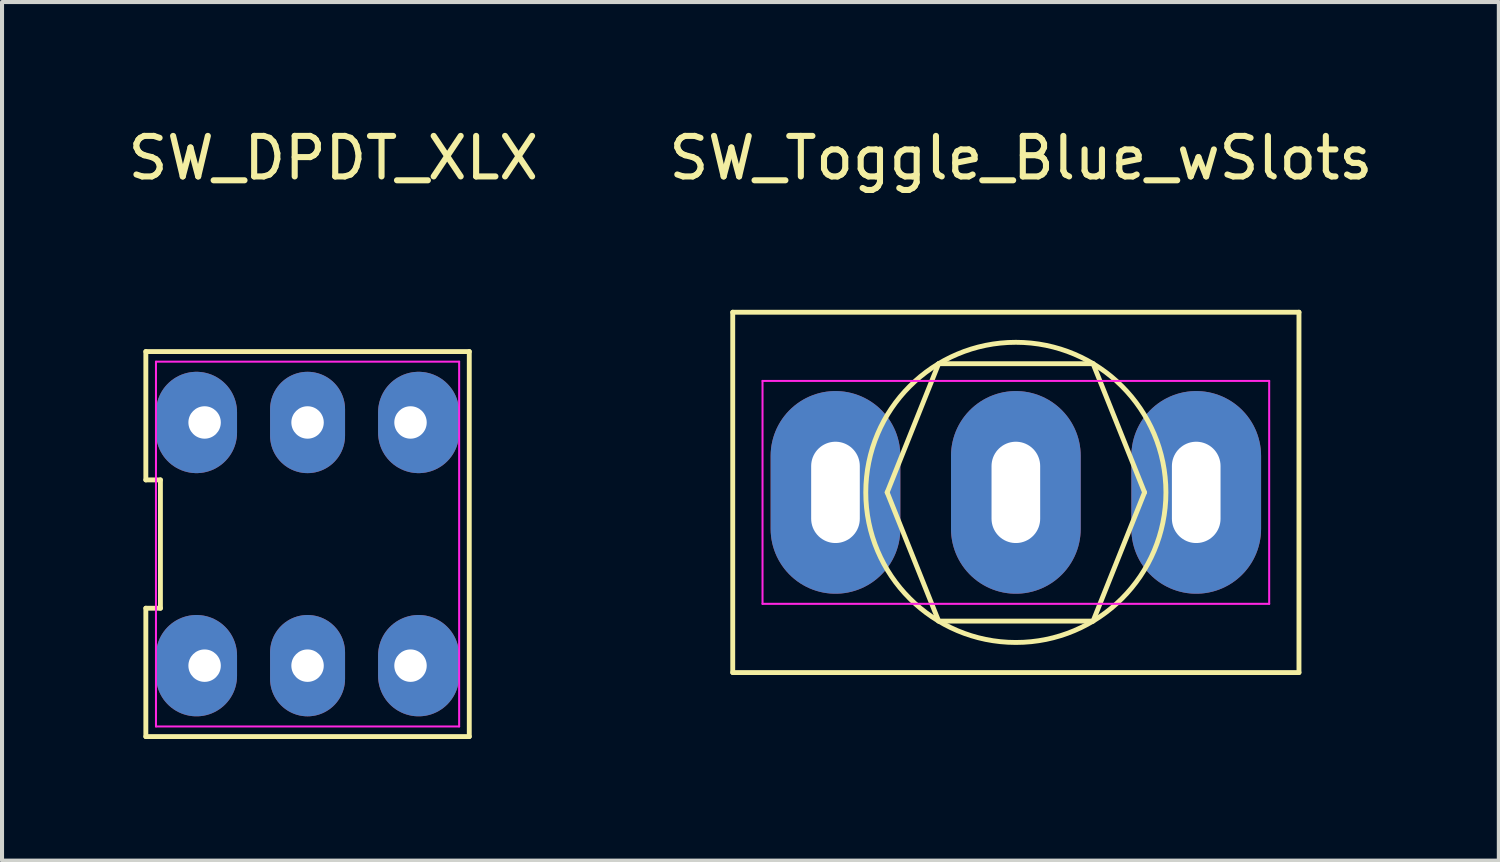
<source format=kicad_pcb>
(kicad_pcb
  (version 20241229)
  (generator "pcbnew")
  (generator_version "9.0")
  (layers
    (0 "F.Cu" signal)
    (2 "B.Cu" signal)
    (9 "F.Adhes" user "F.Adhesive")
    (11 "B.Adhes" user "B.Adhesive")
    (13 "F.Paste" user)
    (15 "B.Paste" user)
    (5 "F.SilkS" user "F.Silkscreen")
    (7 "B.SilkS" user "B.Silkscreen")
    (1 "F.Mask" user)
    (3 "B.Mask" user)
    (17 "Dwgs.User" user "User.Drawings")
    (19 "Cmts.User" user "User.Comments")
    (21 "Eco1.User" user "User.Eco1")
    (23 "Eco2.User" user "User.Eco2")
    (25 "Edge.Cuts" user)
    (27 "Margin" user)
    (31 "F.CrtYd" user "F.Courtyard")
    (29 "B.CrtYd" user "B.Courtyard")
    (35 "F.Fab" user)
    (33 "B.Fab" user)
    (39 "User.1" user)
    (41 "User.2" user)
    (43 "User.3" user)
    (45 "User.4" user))
  (footprint "SW_Toggle_Blue_wSlots"
    (layer "F.Cu")
    (at 22.013 9.098)
    (property "Reference" "SW_Toggle_Blue_wSlots" (at 0.124 -8.25 0) (layer "F.SilkS") (effects (font (size 1 1) (thickness 0.15))))
    (attr through_hole)
    (fp_line (start -6.985 -4.445) (end 6.985 -4.445) (stroke (width 0.12) (type solid)) (layer "F.SilkS"))
    (fp_line (start -6.985 4.445) (end -6.985 -4.445) (stroke (width 0.12) (type solid)) (layer "F.SilkS"))
    (fp_line (start -3.175 0) (end -1.905 -3.175) (stroke (width 0.12) (type solid)) (layer "F.SilkS"))
    (fp_line (start -1.905 -3.175) (end 1.905 -3.175) (stroke (width 0.12) (type solid)) (layer "F.SilkS"))
    (fp_line (start -1.905 3.175) (end -3.175 0) (stroke (width 0.12) (type solid)) (layer "F.SilkS"))
    (fp_line (start 1.905 -3.175) (end 3.175 0) (stroke (width 0.12) (type solid)) (layer "F.SilkS"))
    (fp_line (start 1.905 3.175) (end -1.905 3.175) (stroke (width 0.12) (type solid)) (layer "F.SilkS"))
    (fp_line (start 3.175 0) (end 1.905 3.175) (stroke (width 0.12) (type solid)) (layer "F.SilkS"))
    (fp_line (start 6.985 -4.445) (end 6.985 4.445) (stroke (width 0.12) (type solid)) (layer "F.SilkS"))
    (fp_line (start 6.985 4.445) (end -6.985 4.445) (stroke (width 0.12) (type solid)) (layer "F.SilkS"))
    (fp_circle (center 0 0) (end 1.905 3.175) (stroke (width 0.12) (type solid)) (fill no) (layer "F.SilkS"))
    (fp_line (start -4.902 -1.422) (end -4.013 -1.422) (stroke (width 0.12) (type solid)) (layer "Eco2.User"))
    (fp_line (start -4.902 1.372) (end -4.902 -1.422) (stroke (width 0.12) (type solid)) (layer "Eco2.User"))
    (fp_line (start -4.013 -1.422) (end -4.013 1.372) (stroke (width 0.12) (type solid)) (layer "Eco2.User"))
    (fp_line (start -4.013 1.372) (end -4.902 1.372) (stroke (width 0.12) (type solid)) (layer "Eco2.User"))
    (fp_line (start -0.457 -1.422) (end 0.432 -1.422) (stroke (width 0.12) (type solid)) (layer "Eco2.User"))
    (fp_line (start -0.457 1.372) (end -0.457 -1.422) (stroke (width 0.12) (type solid)) (layer "Eco2.User"))
    (fp_line (start 0.432 -1.422) (end 0.432 1.372) (stroke (width 0.12) (type solid)) (layer "Eco2.User"))
    (fp_line (start 0.432 1.372) (end -0.457 1.372) (stroke (width 0.12) (type solid)) (layer "Eco2.User"))
    (fp_line (start 4.013 -1.422) (end 4.877 -1.422) (stroke (width 0.12) (type solid)) (layer "Eco2.User"))
    (fp_line (start 4.013 1.372) (end 4.013 -1.422) (stroke (width 0.12) (type solid)) (layer "Eco2.User"))
    (fp_line (start 4.877 -1.422) (end 4.902 1.372) (stroke (width 0.12) (type solid)) (layer "Eco2.User"))
    (fp_line (start 4.902 1.372) (end 4.013 1.372) (stroke (width 0.12) (type solid)) (layer "Eco2.User"))
    (fp_line (start -6.25 -2.75) (end 6.25 -2.75) (stroke (width 0.05) (type solid)) (layer "F.CrtYd"))
    (fp_line (start -6.25 2.75) (end -6.25 -2.75) (stroke (width 0.05) (type solid)) (layer "F.CrtYd"))
    (fp_line (start 6.25 -2.75) (end 6.25 2.75) (stroke (width 0.05) (type solid)) (layer "F.CrtYd"))
    (fp_line (start 6.25 2.75) (end -6.25 2.75) (stroke (width 0.05) (type solid)) (layer "F.CrtYd"))
    (pad "1" thru_hole oval (at -4.45 0) (size 3.2 5) (drill oval 1.2 2.5) (layers "*.Cu" "*.Mask"))
    (pad "2" thru_hole oval (at 0 0) (size 3.2 5) (drill oval 1.2 2.5) (layers "*.Cu" "*.Mask"))
    (pad "3" thru_hole oval (at 4.45 0) (size 3.2 5) (drill oval 1.2 2.5) (layers "*.Cu" "*.Mask")))
  (footprint "SW_DPDT_XLX"
    (layer "F.Cu")
    (at 4.538 10.373)
    (property "Reference" "SW_DPDT_XLX" (at 0.635 -9.525 180) (layer "F.SilkS") (effects (font (size 1 1) (thickness 0.15))))
    (attr through_hole)
    (fp_line (start -3.99 -1.583) (end -3.63 -1.583) (stroke (width 0.12) (type solid)) (layer "F.SilkS"))
    (fp_line (start -3.99 1.583) (end -3.99 4.75) (stroke (width 0.12) (type solid)) (layer "F.SilkS"))
    (fp_line (start -3.99 4.75) (end 3.99 4.75) (stroke (width 0.12) (type solid)) (layer "F.SilkS"))
    (fp_line (start -3.99 -4.75) (end -3.99 -1.583) (stroke (width 0.12) (type solid)) (layer "F.SilkS"))
    (fp_line (start -3.63 -1.583) (end -3.63 1.583) (stroke (width 0.12) (type solid)) (layer "F.SilkS"))
    (fp_line (start -3.63 1.583) (end -3.99 1.583) (stroke (width 0.12) (type solid)) (layer "F.SilkS"))
    (fp_line (start 3.99 4.75) (end 3.99 -4.75) (stroke (width 0.12) (type solid)) (layer "F.SilkS"))
    (fp_line (start 3.99 -4.75) (end -3.99 -4.75) (stroke (width 0.12) (type solid)) (layer "F.SilkS"))
    (fp_line (start -3.74 -4.5) (end 3.74 -4.5) (stroke (width 0.05) (type solid)) (layer "F.CrtYd"))
    (fp_line (start -3.74 4.5) (end -3.74 -4.5) (stroke (width 0.05) (type solid)) (layer "F.CrtYd"))
    (fp_line (start 3.74 -4.5) (end 3.74 4.5) (stroke (width 0.05) (type solid)) (layer "F.CrtYd"))
    (fp_line (start 3.74 4.5) (end -3.74 4.5) (stroke (width 0.05) (type solid)) (layer "F.CrtYd"))
    (pad "1" thru_hole oval (at -2.54 3) (size 2 2.5) (drill 0.8 (offset -0.2 0)) (layers "*.Cu" "*.Mask"))
    (pad "2" thru_hole oval (at 0 3) (size 1.85 2.5) (drill 0.8) (layers "*.Cu" "*.Mask"))
    (pad "3" thru_hole oval (at 2.54 3) (size 2 2.5) (drill 0.8 (offset 0.2 0)) (layers "*.Cu" "*.Mask"))
    (pad "4" thru_hole oval (at 2.54 -3) (size 2 2.5) (drill 0.8 (offset 0.2 0)) (layers "*.Cu" "*.Mask"))
    (pad "5" thru_hole oval (at 0 -3) (size 1.85 2.5) (drill 0.8) (layers "*.Cu" "*.Mask"))
    (pad "6" thru_hole oval (at -2.54 -3) (size 2 2.5) (drill 0.8 (offset -0.2 0)) (layers "*.Cu" "*.Mask")))
  (gr_rect
    (start -3 -3)
    (end 33.929 18.183)
    (stroke (width 0.1) (type default))
    (fill no)
    (layer "Edge.Cuts")))
</source>
